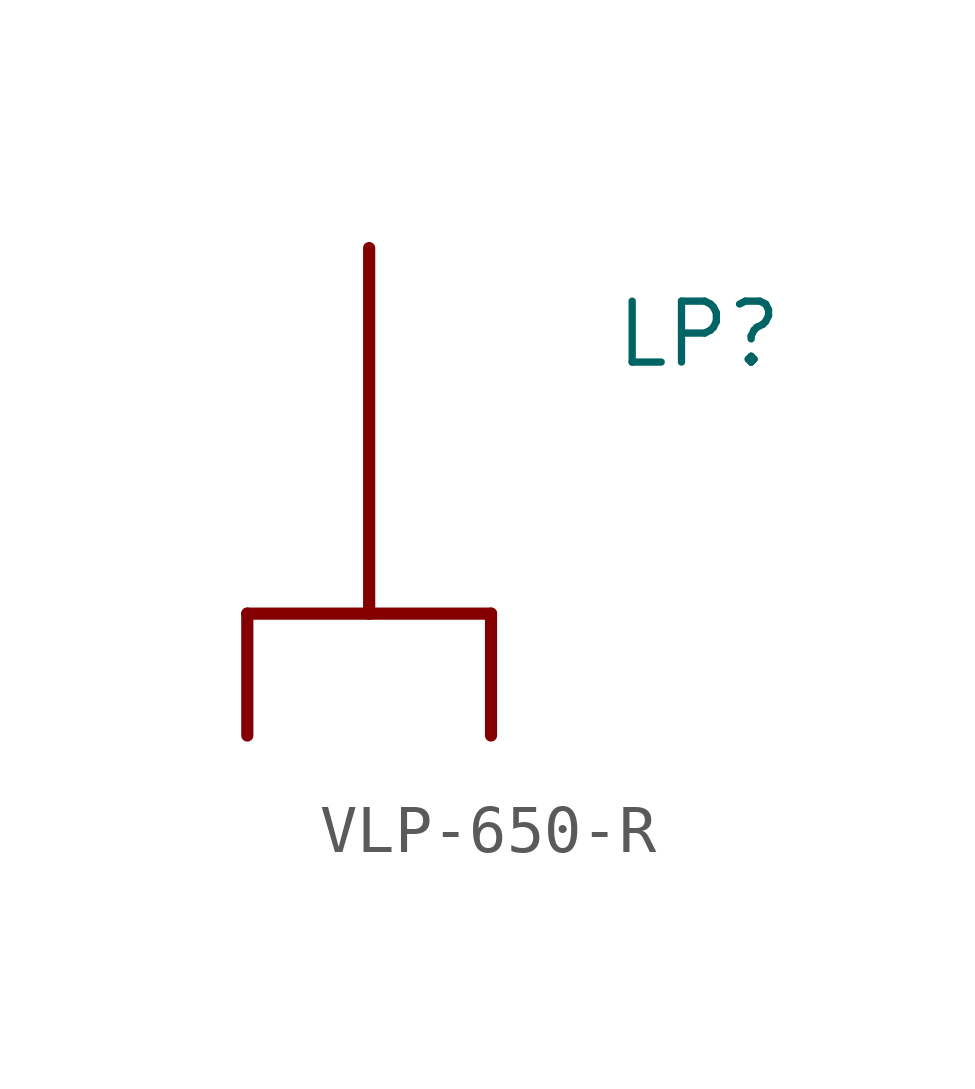
<source format=kicad_sym>
(kicad_symbol_lib
  (version 20231120)
  (generator "kicad_symbol_editor")
  (generator_version "8.0")
  (symbol "VLP-650-R"
    (property "Reference" "LP"
      (at 5.08 7.62 0)
      (effects (font (size 1.27 1.27)) (justify left bottom)))
    (property "Value" ""
      (at 5.08 5.08 0)
      (effects (font (size 1.27 1.27)) (justify left bottom)))
    (property "ki_locked" ""
      (at 0 0 0)
      (effects (font (size 1.27 1.27))))
    (symbol "VLP-650-R_1_0"
      (polyline (pts (xy -2.54 0) (xy -2.54 2.54)) (stroke (width 0.254) (type solid)) (fill (type none)))
      (polyline (pts (xy -2.54 2.54) (xy 0 2.54)) (stroke (width 0.254) (type solid)) (fill (type none)))
      (polyline (pts (xy 0 2.54) (xy 0 10.16)) (stroke (width 0.254) (type solid)) (fill (type none)))
      (polyline (pts (xy 0 2.54) (xy 2.54 2.54)) (stroke (width 0.254) (type solid)) (fill (type none)))
      (polyline (pts (xy 2.54 2.54) (xy 2.54 0)) (stroke (width 0.254) (type solid)) (fill (type none))))))
</source>
